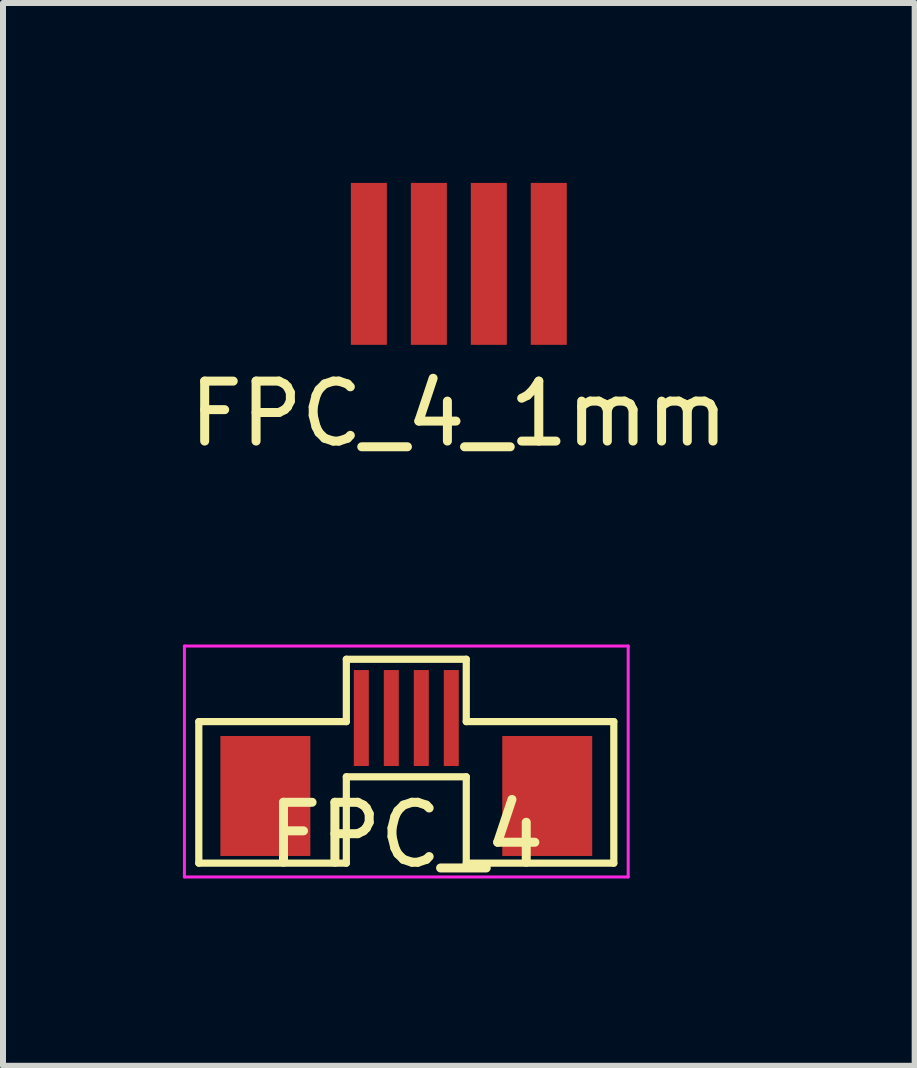
<source format=kicad_pcb>
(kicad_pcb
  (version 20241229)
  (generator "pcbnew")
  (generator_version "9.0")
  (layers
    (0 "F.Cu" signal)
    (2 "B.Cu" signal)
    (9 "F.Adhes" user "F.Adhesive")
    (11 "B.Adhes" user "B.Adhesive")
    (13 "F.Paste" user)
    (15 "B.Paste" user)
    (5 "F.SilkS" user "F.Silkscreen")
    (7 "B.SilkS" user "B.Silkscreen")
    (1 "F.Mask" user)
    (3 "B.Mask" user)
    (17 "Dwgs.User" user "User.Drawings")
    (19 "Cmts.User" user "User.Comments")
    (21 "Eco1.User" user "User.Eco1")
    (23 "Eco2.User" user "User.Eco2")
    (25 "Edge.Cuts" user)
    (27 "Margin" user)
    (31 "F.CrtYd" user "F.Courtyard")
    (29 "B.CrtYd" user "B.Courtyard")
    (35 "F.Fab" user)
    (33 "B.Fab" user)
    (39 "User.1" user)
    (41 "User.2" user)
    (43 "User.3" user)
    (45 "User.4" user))
  (footprint "FPC_4"
    (layer "F.Cu")
    (at 3.725 8.923)
    (property "Reference" "FPC_4" (at 0 1.95 0) (layer "F.SilkS") (effects (font (size 1 1) (thickness 0.15))))
    (attr through_hole)
    (fp_line (start -3.46 0.06) (end -1 0.06) (stroke (width 0.12) (type default)) (layer "F.SilkS"))
    (fp_line (start -3.46 2.42) (end -3.46 0.06) (stroke (width 0.12) (type default)) (layer "F.SilkS"))
    (fp_line (start -1 -0.98) (end 1 -0.98) (stroke (width 0.12) (type default)) (layer "F.SilkS"))
    (fp_line (start -1 0.06) (end -1 -0.98) (stroke (width 0.12) (type default)) (layer "F.SilkS"))
    (fp_line (start -1 0.98) (end -1 2.42) (stroke (width 0.12) (type default)) (layer "F.SilkS"))
    (fp_line (start -1 0.98) (end 1 0.98) (stroke (width 0.12) (type default)) (layer "F.SilkS"))
    (fp_line (start -1 2.42) (end -3.46 2.42) (stroke (width 0.12) (type default)) (layer "F.SilkS"))
    (fp_line (start 1 0.06) (end 1 -0.98) (stroke (width 0.12) (type default)) (layer "F.SilkS"))
    (fp_line (start 1 0.98) (end 1 2.42) (stroke (width 0.12) (type default)) (layer "F.SilkS"))
    (fp_line (start 1 2.42) (end 3.46 2.42) (stroke (width 0.12) (type default)) (layer "F.SilkS"))
    (fp_line (start 3.46 0.06) (end 1 0.06) (stroke (width 0.12) (type default)) (layer "F.SilkS"))
    (fp_line (start 3.46 2.42) (end 3.46 0.06) (stroke (width 0.12) (type default)) (layer "F.SilkS"))
    (fp_line (start -3.7 -1.2) (end -3.7 2.65) (stroke (width 0.05) (type default)) (layer "F.CrtYd"))
    (fp_line (start -3.7 -1.2) (end 3.7 -1.2) (stroke (width 0.05) (type default)) (layer "F.CrtYd"))
    (fp_line (start -3.7 2.65) (end 3.7 2.65) (stroke (width 0.05) (type default)) (layer "F.CrtYd"))
    (fp_line (start 3.7 -1.2) (end 3.7 2.65) (stroke (width 0.05) (type default)) (layer "F.CrtYd"))
    (pad "1" smd rect (at -0.75 0) (size 0.25 1.6) (layers "F.Cu" "F.Mask" "F.Paste"))
    (pad "2" smd rect (at -0.25 0) (size 0.25 1.6) (layers "F.Cu" "F.Mask" "F.Paste"))
    (pad "3" smd rect (at 0.25 0) (size 0.25 1.6) (layers "F.Cu" "F.Mask" "F.Paste"))
    (pad "4" smd rect (at 0.75 0) (size 0.25 1.6) (layers "F.Cu" "F.Mask" "F.Paste"))
    (pad "MP" smd rect (at -2.35 1.3) (size 1.5 2) (layers "F.Cu" "F.Mask" "F.Paste"))
    (pad "MP" smd rect (at 2.35 1.3) (size 1.5 2) (layers "F.Cu" "F.Mask" "F.Paste")))
  (footprint "FPC_4_1mm"
    (layer "F.Cu")
    (at 4.601 1.35)
    (property "Reference" "FPC_4_1mm" (at 0 2.5 0) (layer "F.SilkS") (effects (font (size 1 1) (thickness 0.15))))
    (attr through_hole)
    (pad "1" smd rect (at -1.5 0) (size 0.6 2.7) (layers "F.Cu" "F.Mask" "F.Paste"))
    (pad "2" smd rect (at -0.5 0) (size 0.6 2.7) (layers "F.Cu" "F.Mask" "F.Paste"))
    (pad "3" smd rect (at 0.5 0) (size 0.6 2.7) (layers "F.Cu" "F.Mask" "F.Paste"))
    (pad "4" smd rect (at 1.5 0) (size 0.6 2.7) (layers "F.Cu" "F.Mask" "F.Paste")))
  (gr_rect
    (start -3 -3)
    (end 12.202 14.722)
    (stroke (width 0.1) (type default))
    (fill no)
    (layer "Edge.Cuts")))
</source>
